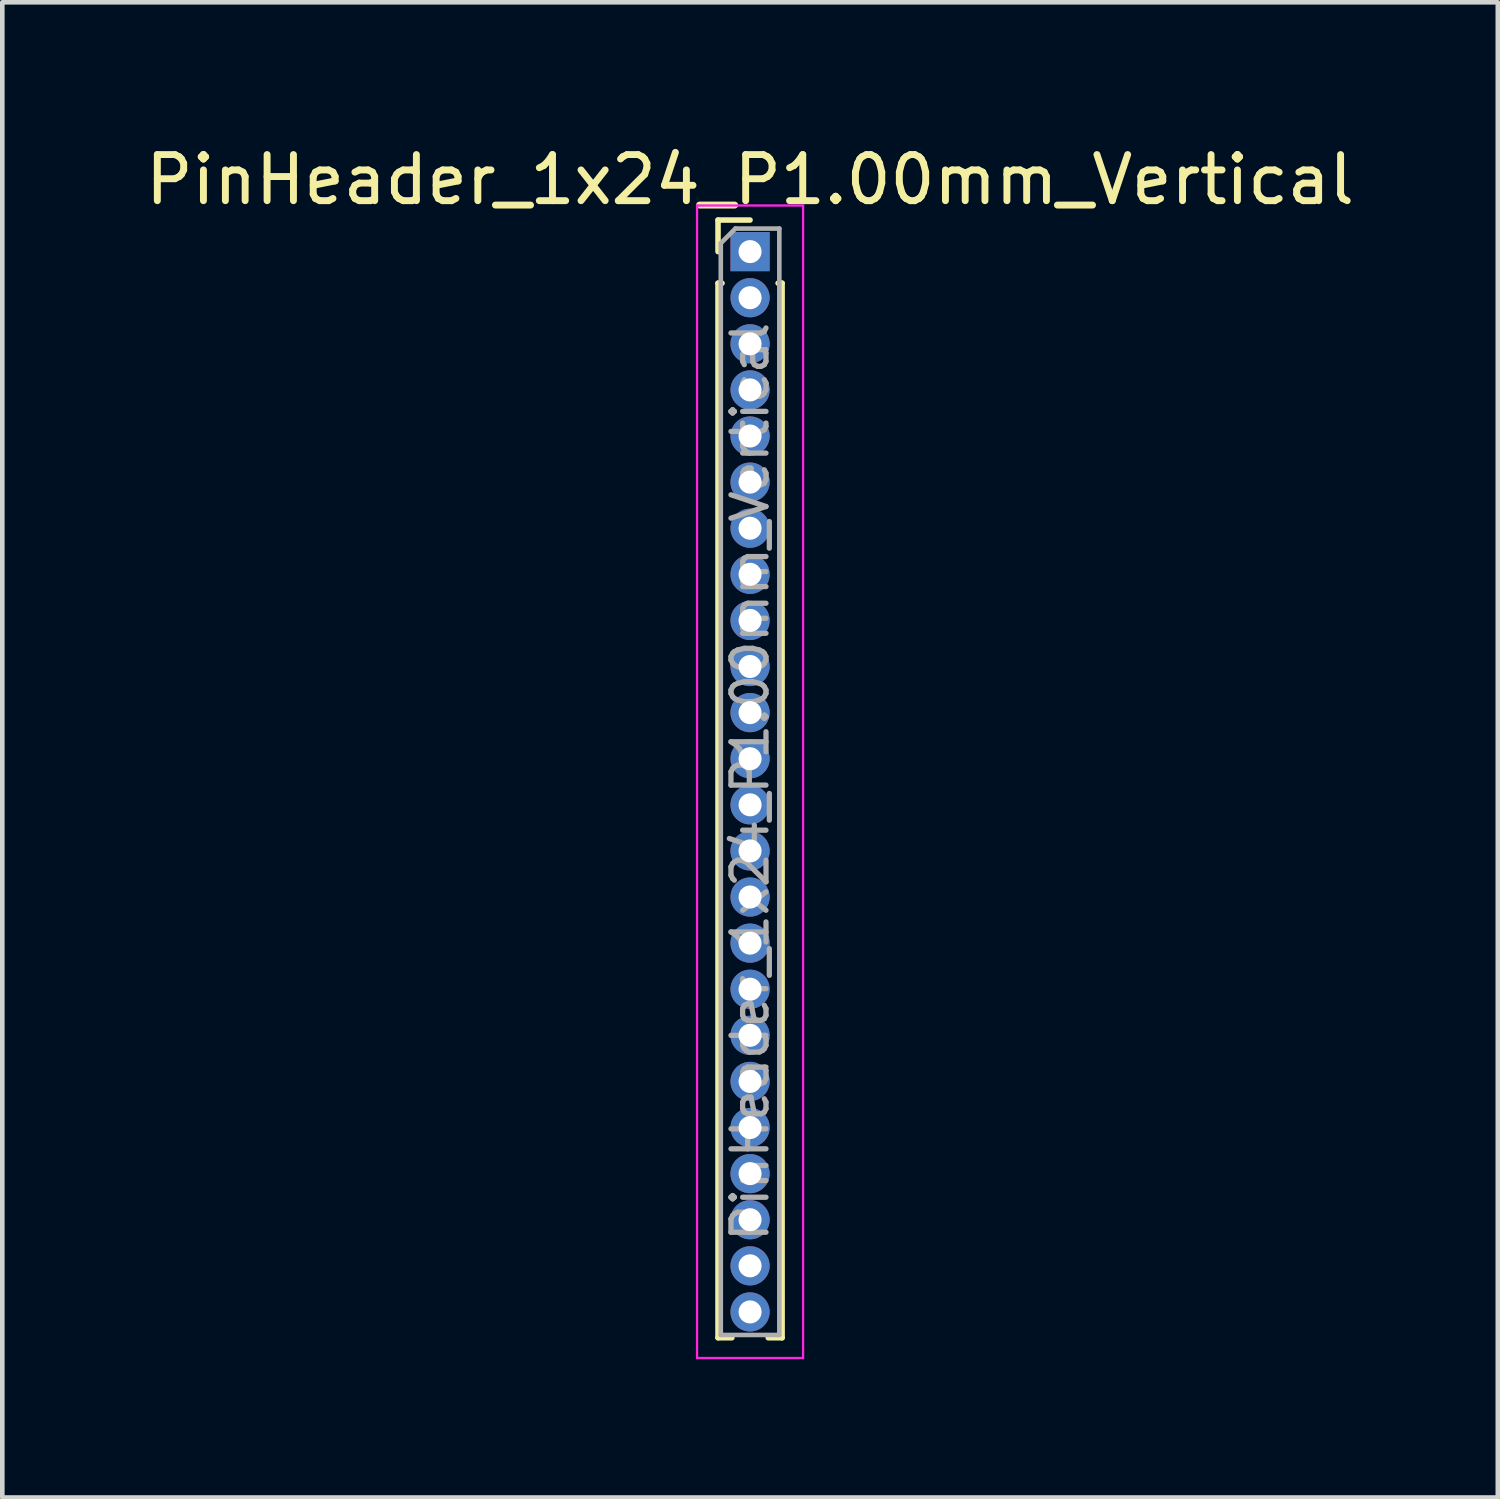
<source format=kicad_pcb>
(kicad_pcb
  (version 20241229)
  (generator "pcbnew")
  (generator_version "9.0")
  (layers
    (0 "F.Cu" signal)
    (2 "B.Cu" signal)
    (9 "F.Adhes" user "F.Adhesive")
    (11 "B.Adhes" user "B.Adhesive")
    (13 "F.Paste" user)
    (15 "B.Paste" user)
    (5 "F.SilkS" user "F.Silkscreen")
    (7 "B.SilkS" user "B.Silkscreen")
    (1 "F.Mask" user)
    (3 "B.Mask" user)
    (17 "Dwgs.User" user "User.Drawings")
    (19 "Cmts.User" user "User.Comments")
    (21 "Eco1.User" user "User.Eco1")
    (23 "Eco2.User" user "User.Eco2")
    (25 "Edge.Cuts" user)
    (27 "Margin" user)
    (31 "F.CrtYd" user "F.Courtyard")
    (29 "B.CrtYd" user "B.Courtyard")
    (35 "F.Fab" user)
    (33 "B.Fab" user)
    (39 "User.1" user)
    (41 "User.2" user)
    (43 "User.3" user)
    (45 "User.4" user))
  (footprint "PinHeader_1x24_P1.00mm_Vertical"
    (layer "F.Cu")
    (at 13.22 2.408)
    (property "Reference" "PinHeader_1x24_P1.00mm_Vertical" (at 0 -1.56 0) (layer "F.SilkS") (effects (font (size 1 1) (thickness 0.15))))
    (attr through_hole)
    (fp_line (start -0.695 -0.685) (end 0 -0.685) (stroke (width 0.12) (type solid)) (layer "F.SilkS"))
    (fp_line (start -0.695 0) (end -0.695 -0.685) (stroke (width 0.12) (type solid)) (layer "F.SilkS"))
    (fp_line (start -0.695 0.685) (end -0.695 23.56) (stroke (width 0.12) (type solid)) (layer "F.SilkS"))
    (fp_line (start -0.695 0.685) (end -0.608 0.685) (stroke (width 0.12) (type solid)) (layer "F.SilkS"))
    (fp_line (start -0.695 23.56) (end -0.394 23.56) (stroke (width 0.12) (type solid)) (layer "F.SilkS"))
    (fp_line (start 0.394 23.56) (end 0.695 23.56) (stroke (width 0.12) (type solid)) (layer "F.SilkS"))
    (fp_line (start 0.608 0.685) (end 0.695 0.685) (stroke (width 0.12) (type solid)) (layer "F.SilkS"))
    (fp_line (start 0.695 0.685) (end 0.695 23.56) (stroke (width 0.12) (type solid)) (layer "F.SilkS"))
    (fp_line (start -1.15 -1) (end -1.15 24) (stroke (width 0.05) (type solid)) (layer "F.CrtYd"))
    (fp_line (start -1.15 24) (end 1.15 24) (stroke (width 0.05) (type solid)) (layer "F.CrtYd"))
    (fp_line (start 1.15 -1) (end -1.15 -1) (stroke (width 0.05) (type solid)) (layer "F.CrtYd"))
    (fp_line (start 1.15 24) (end 1.15 -1) (stroke (width 0.05) (type solid)) (layer "F.CrtYd"))
    (fp_line (start -0.635 -0.182) (end -0.318 -0.5) (stroke (width 0.1) (type solid)) (layer "F.Fab"))
    (fp_line (start -0.635 23.5) (end -0.635 -0.182) (stroke (width 0.1) (type solid)) (layer "F.Fab"))
    (fp_line (start -0.318 -0.5) (end 0.635 -0.5) (stroke (width 0.1) (type solid)) (layer "F.Fab"))
    (fp_line (start 0.635 -0.5) (end 0.635 23.5) (stroke (width 0.1) (type solid)) (layer "F.Fab"))
    (fp_line (start 0.635 23.5) (end -0.635 23.5) (stroke (width 0.1) (type solid)) (layer "F.Fab"))
    (fp_text user "${REFERENCE}" (at 0 11.5 90) (layer "F.Fab") (effects (font (size 0.76 0.76) (thickness 0.114))))
    (pad "1" thru_hole rect (at 0 0) (size 0.85 0.85) (drill 0.5) (layers "*.Cu" "*.Mask"))
    (pad "2" thru_hole oval (at 0 1) (size 0.85 0.85) (drill 0.5) (layers "*.Cu" "*.Mask"))
    (pad "3" thru_hole oval (at 0 2) (size 0.85 0.85) (drill 0.5) (layers "*.Cu" "*.Mask"))
    (pad "4" thru_hole oval (at 0 3) (size 0.85 0.85) (drill 0.5) (layers "*.Cu" "*.Mask"))
    (pad "5" thru_hole oval (at 0 4) (size 0.85 0.85) (drill 0.5) (layers "*.Cu" "*.Mask"))
    (pad "6" thru_hole oval (at 0 5) (size 0.85 0.85) (drill 0.5) (layers "*.Cu" "*.Mask"))
    (pad "7" thru_hole oval (at 0 6) (size 0.85 0.85) (drill 0.5) (layers "*.Cu" "*.Mask"))
    (pad "8" thru_hole oval (at 0 7) (size 0.85 0.85) (drill 0.5) (layers "*.Cu" "*.Mask"))
    (pad "9" thru_hole oval (at 0 8) (size 0.85 0.85) (drill 0.5) (layers "*.Cu" "*.Mask"))
    (pad "10" thru_hole oval (at 0 9) (size 0.85 0.85) (drill 0.5) (layers "*.Cu" "*.Mask"))
    (pad "11" thru_hole oval (at 0 10) (size 0.85 0.85) (drill 0.5) (layers "*.Cu" "*.Mask"))
    (pad "12" thru_hole oval (at 0 11) (size 0.85 0.85) (drill 0.5) (layers "*.Cu" "*.Mask"))
    (pad "13" thru_hole oval (at 0 12) (size 0.85 0.85) (drill 0.5) (layers "*.Cu" "*.Mask"))
    (pad "14" thru_hole oval (at 0 13) (size 0.85 0.85) (drill 0.5) (layers "*.Cu" "*.Mask"))
    (pad "15" thru_hole oval (at 0 14) (size 0.85 0.85) (drill 0.5) (layers "*.Cu" "*.Mask"))
    (pad "16" thru_hole oval (at 0 15) (size 0.85 0.85) (drill 0.5) (layers "*.Cu" "*.Mask"))
    (pad "17" thru_hole oval (at 0 16) (size 0.85 0.85) (drill 0.5) (layers "*.Cu" "*.Mask"))
    (pad "18" thru_hole oval (at 0 17) (size 0.85 0.85) (drill 0.5) (layers "*.Cu" "*.Mask"))
    (pad "19" thru_hole oval (at 0 18) (size 0.85 0.85) (drill 0.5) (layers "*.Cu" "*.Mask"))
    (pad "20" thru_hole oval (at 0 19) (size 0.85 0.85) (drill 0.5) (layers "*.Cu" "*.Mask"))
    (pad "21" thru_hole oval (at 0 20) (size 0.85 0.85) (drill 0.5) (layers "*.Cu" "*.Mask"))
    (pad "22" thru_hole oval (at 0 21) (size 0.85 0.85) (drill 0.5) (layers "*.Cu" "*.Mask"))
    (pad "23" thru_hole oval (at 0 22) (size 0.85 0.85) (drill 0.5) (layers "*.Cu" "*.Mask"))
    (pad "24" thru_hole oval (at 0 23) (size 0.85 0.85) (drill 0.5) (layers "*.Cu" "*.Mask")))
  (gr_rect
    (start -3 -3)
    (end 29.44 29.433)
    (stroke (width 0.1) (type default))
    (fill no)
    (layer "Edge.Cuts")))
</source>
